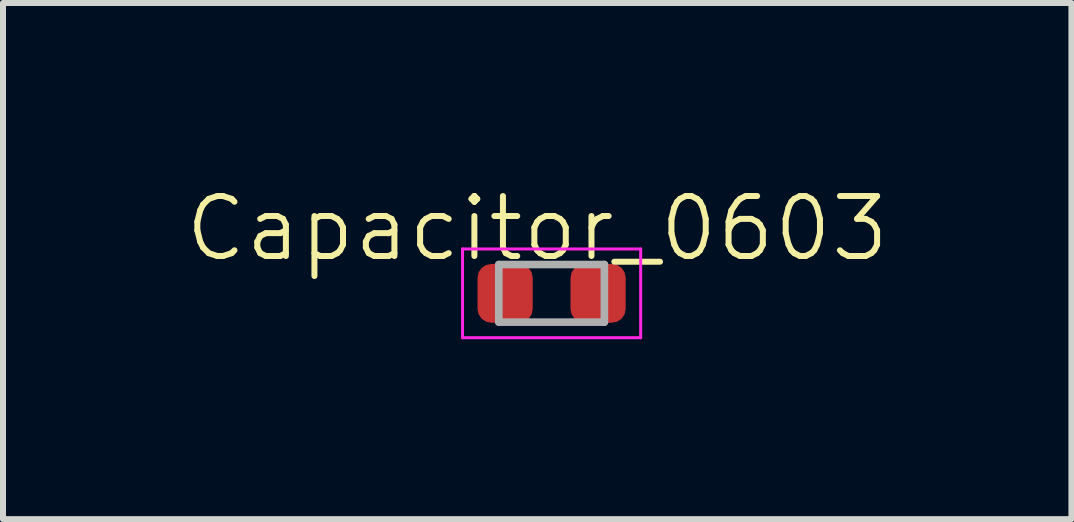
<source format=kicad_pcb>
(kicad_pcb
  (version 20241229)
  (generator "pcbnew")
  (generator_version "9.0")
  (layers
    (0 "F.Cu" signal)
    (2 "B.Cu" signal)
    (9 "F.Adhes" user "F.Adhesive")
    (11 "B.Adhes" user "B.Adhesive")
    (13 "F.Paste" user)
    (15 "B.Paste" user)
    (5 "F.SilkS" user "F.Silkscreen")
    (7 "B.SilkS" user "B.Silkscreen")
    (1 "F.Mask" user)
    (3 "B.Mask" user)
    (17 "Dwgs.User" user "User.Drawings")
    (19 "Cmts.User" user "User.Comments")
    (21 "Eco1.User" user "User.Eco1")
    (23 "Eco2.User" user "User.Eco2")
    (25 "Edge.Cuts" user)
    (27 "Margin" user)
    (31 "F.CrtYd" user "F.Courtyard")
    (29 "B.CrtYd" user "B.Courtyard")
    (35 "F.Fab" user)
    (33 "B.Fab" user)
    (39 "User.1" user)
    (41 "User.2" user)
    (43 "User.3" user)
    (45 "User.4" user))
  (footprint "Capacitor_0603"
    (layer "F.Cu")
    (at 6.147 1.841)
    (property "Reference" "Capacitor_0603" (at -0.24 -1.08 0) (layer "F.SilkS") (effects (font (size 1 1) (thickness 0.1))))
    (attr smd)
    (fp_line (start -1.485 -0.74) (end 1.485 -0.74) (stroke (width 0.05) (type solid)) (layer "F.CrtYd"))
    (fp_line (start -1.485 0.74) (end -1.485 -0.74) (stroke (width 0.05) (type solid)) (layer "F.CrtYd"))
    (fp_line (start -1.485 0.74) (end 1.485 0.74) (stroke (width 0.05) (type solid)) (layer "F.CrtYd"))
    (fp_line (start 1.485 0.74) (end 1.485 -0.74) (stroke (width 0.05) (type solid)) (layer "F.CrtYd"))
    (fp_line (start -0.88 0.48) (end -0.88 -0.48) (stroke (width 0.127) (type solid)) (layer "F.Fab"))
    (fp_line (start 0.88 -0.48) (end -0.88 -0.48) (stroke (width 0.127) (type solid)) (layer "F.Fab"))
    (fp_line (start 0.88 0.48) (end -0.88 0.48) (stroke (width 0.127) (type solid)) (layer "F.Fab"))
    (fp_line (start 0.88 0.48) (end 0.88 -0.48) (stroke (width 0.127) (type solid)) (layer "F.Fab"))
    (pad "1" smd roundrect (at -0.775 0) (size 0.92 0.98) (layers "F.Cu" "F.Mask" "F.Paste") (roundrect_rratio 0.25))
    (pad "2" smd roundrect (at 0.775 0) (size 0.92 0.98) (layers "F.Cu" "F.Mask" "F.Paste") (roundrect_rratio 0.25))
    (zone (net_name "") (layer "F.Cu") (hatch edge 0.5) (connect_pads) (min_thickness 0.25) (filled_areas_thickness no) (keepout (tracks allowed) (vias allowed) (pads allowed) (copperpour not_allowed) (footprints allowed)) (placement (enabled no)) (fill) (polygon (pts (xy 6.147 1.091) (xy 7.647 1.091) (xy 7.647 2.591) (xy 6.147 2.591)))))
  (gr_rect
    (start -3 -3)
    (end 14.814 5.606)
    (stroke (width 0.1) (type default))
    (fill no)
    (layer "Edge.Cuts")))
</source>
